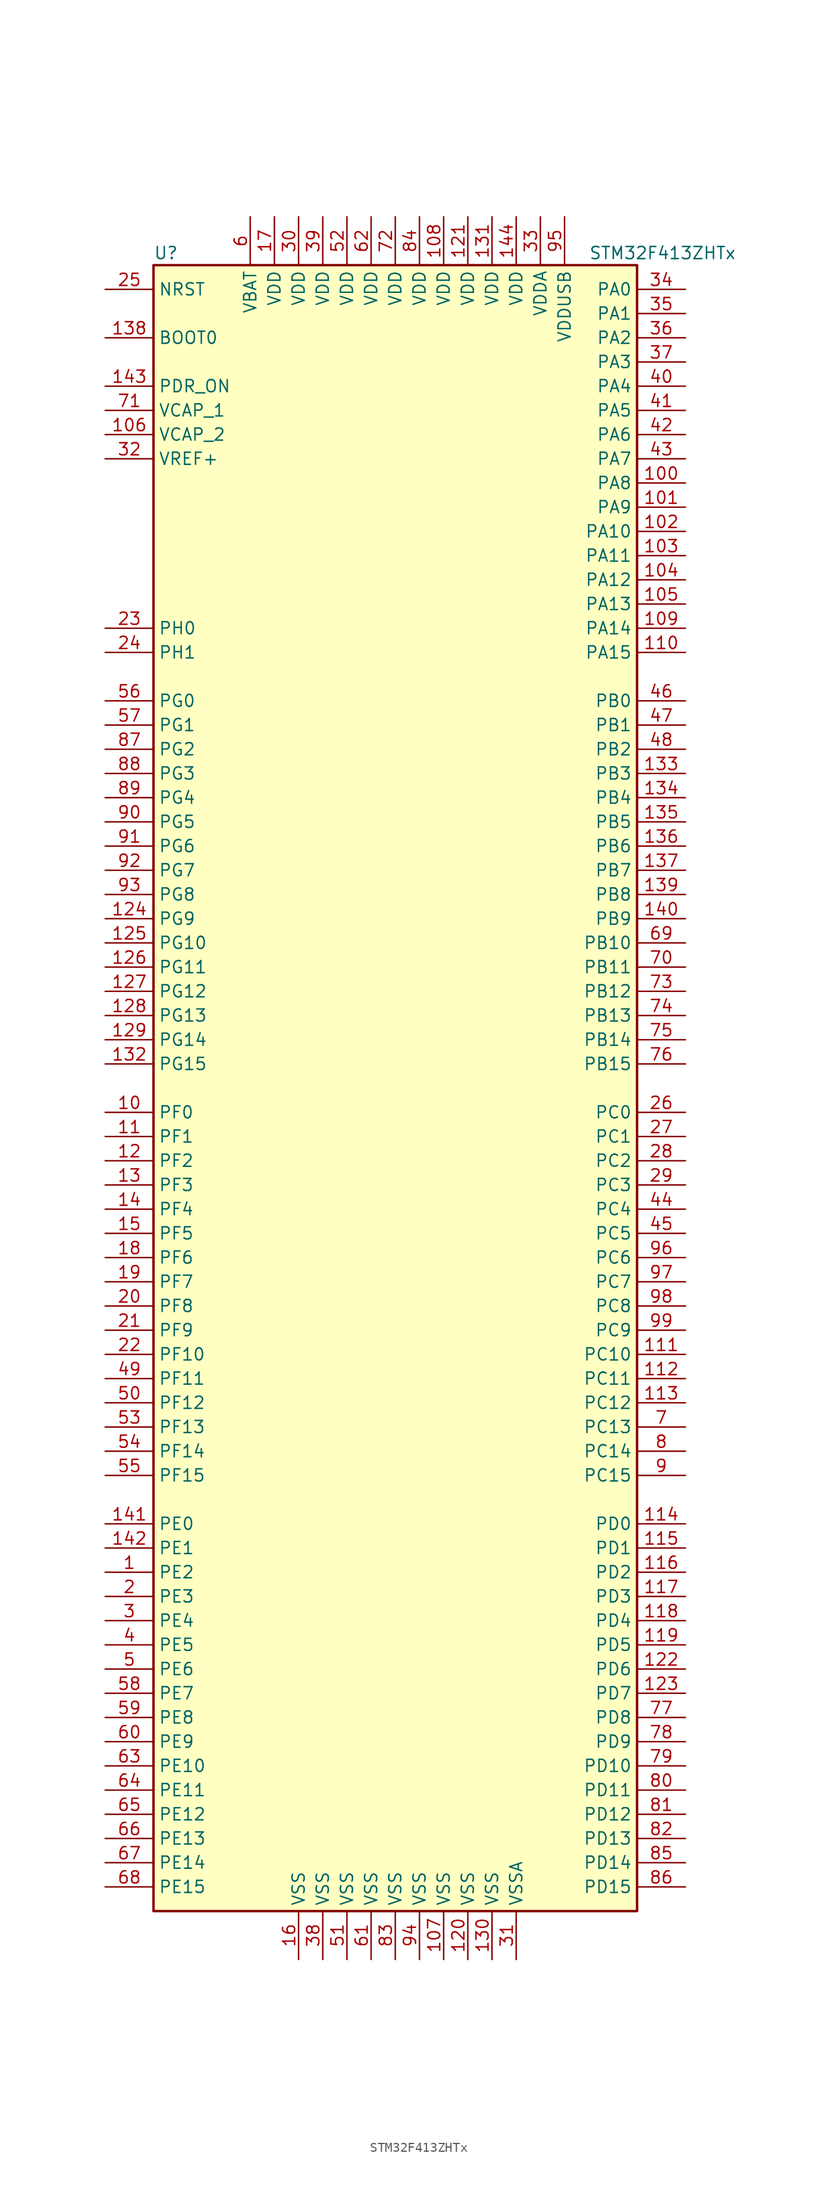
<source format=kicad_sym>
(kicad_symbol_lib
  (version 20211014)
  (generator kicad_symbol_editor)
  (symbol "STM32F413ZHTx"
    (property "Reference" "U"
      (at -25.4 87.63 0)
      (effects (font (size 1.27 1.27)) (justify left)))
    (property "Value" "STM32F413ZHTx"
      (at 20.32 87.63 0)
      (effects (font (size 1.27 1.27)) (justify left)))
    (symbol "STM32F413ZHTx_0_1"
      (rectangle (start -25.4 -86.36) (end 25.4 86.36) (stroke (width 0.254) (type default) (color 0 0 0 0)) (fill (type background))))
    (symbol "STM32F413ZHTx_1_1"
      (pin bidirectional line (at -30.48 -50.8 0) (length 5.08) (name "PE2" (effects (font (size 1.27 1.27)))) (number "1" (effects (font (size 1.27 1.27)))))
      (pin bidirectional line (at -30.48 -2.54 0) (length 5.08) (name "PF0" (effects (font (size 1.27 1.27)))) (number "10" (effects (font (size 1.27 1.27)))))
      (pin bidirectional line (at 30.48 63.5 180) (length 5.08) (name "PA8" (effects (font (size 1.27 1.27)))) (number "100" (effects (font (size 1.27 1.27)))))
      (pin bidirectional line (at 30.48 60.96 180) (length 5.08) (name "PA9" (effects (font (size 1.27 1.27)))) (number "101" (effects (font (size 1.27 1.27)))))
      (pin bidirectional line (at 30.48 58.42 180) (length 5.08) (name "PA10" (effects (font (size 1.27 1.27)))) (number "102" (effects (font (size 1.27 1.27)))))
      (pin bidirectional line (at 30.48 55.88 180) (length 5.08) (name "PA11" (effects (font (size 1.27 1.27)))) (number "103" (effects (font (size 1.27 1.27)))))
      (pin bidirectional line (at 30.48 53.34 180) (length 5.08) (name "PA12" (effects (font (size 1.27 1.27)))) (number "104" (effects (font (size 1.27 1.27)))))
      (pin bidirectional line (at 30.48 50.8 180) (length 5.08) (name "PA13" (effects (font (size 1.27 1.27)))) (number "105" (effects (font (size 1.27 1.27)))))
      (pin power_in line (at -30.48 68.58 0) (length 5.08) (name "VCAP_2" (effects (font (size 1.27 1.27)))) (number "106" (effects (font (size 1.27 1.27)))))
      (pin power_in line (at 5.08 -91.44 90) (length 5.08) (name "VSS" (effects (font (size 1.27 1.27)))) (number "107" (effects (font (size 1.27 1.27)))))
      (pin power_in line (at 5.08 91.44 270) (length 5.08) (name "VDD" (effects (font (size 1.27 1.27)))) (number "108" (effects (font (size 1.27 1.27)))))
      (pin bidirectional line (at 30.48 48.26 180) (length 5.08) (name "PA14" (effects (font (size 1.27 1.27)))) (number "109" (effects (font (size 1.27 1.27)))))
      (pin bidirectional line (at -30.48 -5.08 0) (length 5.08) (name "PF1" (effects (font (size 1.27 1.27)))) (number "11" (effects (font (size 1.27 1.27)))))
      (pin bidirectional line (at 30.48 45.72 180) (length 5.08) (name "PA15" (effects (font (size 1.27 1.27)))) (number "110" (effects (font (size 1.27 1.27)))))
      (pin bidirectional line (at 30.48 -27.94 180) (length 5.08) (name "PC10" (effects (font (size 1.27 1.27)))) (number "111" (effects (font (size 1.27 1.27)))))
      (pin bidirectional line (at 30.48 -30.48 180) (length 5.08) (name "PC11" (effects (font (size 1.27 1.27)))) (number "112" (effects (font (size 1.27 1.27)))))
      (pin bidirectional line (at 30.48 -33.02 180) (length 5.08) (name "PC12" (effects (font (size 1.27 1.27)))) (number "113" (effects (font (size 1.27 1.27)))))
      (pin bidirectional line (at 30.48 -45.72 180) (length 5.08) (name "PD0" (effects (font (size 1.27 1.27)))) (number "114" (effects (font (size 1.27 1.27)))))
      (pin bidirectional line (at 30.48 -48.26 180) (length 5.08) (name "PD1" (effects (font (size 1.27 1.27)))) (number "115" (effects (font (size 1.27 1.27)))))
      (pin bidirectional line (at 30.48 -50.8 180) (length 5.08) (name "PD2" (effects (font (size 1.27 1.27)))) (number "116" (effects (font (size 1.27 1.27)))))
      (pin bidirectional line (at 30.48 -53.34 180) (length 5.08) (name "PD3" (effects (font (size 1.27 1.27)))) (number "117" (effects (font (size 1.27 1.27)))))
      (pin bidirectional line (at 30.48 -55.88 180) (length 5.08) (name "PD4" (effects (font (size 1.27 1.27)))) (number "118" (effects (font (size 1.27 1.27)))))
      (pin bidirectional line (at 30.48 -58.42 180) (length 5.08) (name "PD5" (effects (font (size 1.27 1.27)))) (number "119" (effects (font (size 1.27 1.27)))))
      (pin bidirectional line (at -30.48 -7.62 0) (length 5.08) (name "PF2" (effects (font (size 1.27 1.27)))) (number "12" (effects (font (size 1.27 1.27)))))
      (pin power_in line (at 7.62 -91.44 90) (length 5.08) (name "VSS" (effects (font (size 1.27 1.27)))) (number "120" (effects (font (size 1.27 1.27)))))
      (pin power_in line (at 7.62 91.44 270) (length 5.08) (name "VDD" (effects (font (size 1.27 1.27)))) (number "121" (effects (font (size 1.27 1.27)))))
      (pin bidirectional line (at 30.48 -60.96 180) (length 5.08) (name "PD6" (effects (font (size 1.27 1.27)))) (number "122" (effects (font (size 1.27 1.27)))))
      (pin bidirectional line (at 30.48 -63.5 180) (length 5.08) (name "PD7" (effects (font (size 1.27 1.27)))) (number "123" (effects (font (size 1.27 1.27)))))
      (pin bidirectional line (at -30.48 17.78 0) (length 5.08) (name "PG9" (effects (font (size 1.27 1.27)))) (number "124" (effects (font (size 1.27 1.27)))))
      (pin bidirectional line (at -30.48 15.24 0) (length 5.08) (name "PG10" (effects (font (size 1.27 1.27)))) (number "125" (effects (font (size 1.27 1.27)))))
      (pin bidirectional line (at -30.48 12.7 0) (length 5.08) (name "PG11" (effects (font (size 1.27 1.27)))) (number "126" (effects (font (size 1.27 1.27)))))
      (pin bidirectional line (at -30.48 10.16 0) (length 5.08) (name "PG12" (effects (font (size 1.27 1.27)))) (number "127" (effects (font (size 1.27 1.27)))))
      (pin bidirectional line (at -30.48 7.62 0) (length 5.08) (name "PG13" (effects (font (size 1.27 1.27)))) (number "128" (effects (font (size 1.27 1.27)))))
      (pin bidirectional line (at -30.48 5.08 0) (length 5.08) (name "PG14" (effects (font (size 1.27 1.27)))) (number "129" (effects (font (size 1.27 1.27)))))
      (pin bidirectional line (at -30.48 -10.16 0) (length 5.08) (name "PF3" (effects (font (size 1.27 1.27)))) (number "13" (effects (font (size 1.27 1.27)))))
      (pin power_in line (at 10.16 -91.44 90) (length 5.08) (name "VSS" (effects (font (size 1.27 1.27)))) (number "130" (effects (font (size 1.27 1.27)))))
      (pin power_in line (at 10.16 91.44 270) (length 5.08) (name "VDD" (effects (font (size 1.27 1.27)))) (number "131" (effects (font (size 1.27 1.27)))))
      (pin bidirectional line (at -30.48 2.54 0) (length 5.08) (name "PG15" (effects (font (size 1.27 1.27)))) (number "132" (effects (font (size 1.27 1.27)))))
      (pin bidirectional line (at 30.48 33.02 180) (length 5.08) (name "PB3" (effects (font (size 1.27 1.27)))) (number "133" (effects (font (size 1.27 1.27)))))
      (pin bidirectional line (at 30.48 30.48 180) (length 5.08) (name "PB4" (effects (font (size 1.27 1.27)))) (number "134" (effects (font (size 1.27 1.27)))))
      (pin bidirectional line (at 30.48 27.94 180) (length 5.08) (name "PB5" (effects (font (size 1.27 1.27)))) (number "135" (effects (font (size 1.27 1.27)))))
      (pin bidirectional line (at 30.48 25.4 180) (length 5.08) (name "PB6" (effects (font (size 1.27 1.27)))) (number "136" (effects (font (size 1.27 1.27)))))
      (pin bidirectional line (at 30.48 22.86 180) (length 5.08) (name "PB7" (effects (font (size 1.27 1.27)))) (number "137" (effects (font (size 1.27 1.27)))))
      (pin input line (at -30.48 78.74 0) (length 5.08) (name "BOOT0" (effects (font (size 1.27 1.27)))) (number "138" (effects (font (size 1.27 1.27)))))
      (pin bidirectional line (at 30.48 20.32 180) (length 5.08) (name "PB8" (effects (font (size 1.27 1.27)))) (number "139" (effects (font (size 1.27 1.27)))))
      (pin bidirectional line (at -30.48 -12.7 0) (length 5.08) (name "PF4" (effects (font (size 1.27 1.27)))) (number "14" (effects (font (size 1.27 1.27)))))
      (pin bidirectional line (at 30.48 17.78 180) (length 5.08) (name "PB9" (effects (font (size 1.27 1.27)))) (number "140" (effects (font (size 1.27 1.27)))))
      (pin bidirectional line (at -30.48 -45.72 0) (length 5.08) (name "PE0" (effects (font (size 1.27 1.27)))) (number "141" (effects (font (size 1.27 1.27)))))
      (pin bidirectional line (at -30.48 -48.26 0) (length 5.08) (name "PE1" (effects (font (size 1.27 1.27)))) (number "142" (effects (font (size 1.27 1.27)))))
      (pin power_in line (at -30.48 73.66 0) (length 5.08) (name "PDR_ON" (effects (font (size 1.27 1.27)))) (number "143" (effects (font (size 1.27 1.27)))))
      (pin power_in line (at 12.7 91.44 270) (length 5.08) (name "VDD" (effects (font (size 1.27 1.27)))) (number "144" (effects (font (size 1.27 1.27)))))
      (pin bidirectional line (at -30.48 -15.24 0) (length 5.08) (name "PF5" (effects (font (size 1.27 1.27)))) (number "15" (effects (font (size 1.27 1.27)))))
      (pin power_in line (at -10.16 -91.44 90) (length 5.08) (name "VSS" (effects (font (size 1.27 1.27)))) (number "16" (effects (font (size 1.27 1.27)))))
      (pin power_in line (at -12.7 91.44 270) (length 5.08) (name "VDD" (effects (font (size 1.27 1.27)))) (number "17" (effects (font (size 1.27 1.27)))))
      (pin bidirectional line (at -30.48 -17.78 0) (length 5.08) (name "PF6" (effects (font (size 1.27 1.27)))) (number "18" (effects (font (size 1.27 1.27)))))
      (pin bidirectional line (at -30.48 -20.32 0) (length 5.08) (name "PF7" (effects (font (size 1.27 1.27)))) (number "19" (effects (font (size 1.27 1.27)))))
      (pin bidirectional line (at -30.48 -53.34 0) (length 5.08) (name "PE3" (effects (font (size 1.27 1.27)))) (number "2" (effects (font (size 1.27 1.27)))))
      (pin bidirectional line (at -30.48 -22.86 0) (length 5.08) (name "PF8" (effects (font (size 1.27 1.27)))) (number "20" (effects (font (size 1.27 1.27)))))
      (pin bidirectional line (at -30.48 -25.4 0) (length 5.08) (name "PF9" (effects (font (size 1.27 1.27)))) (number "21" (effects (font (size 1.27 1.27)))))
      (pin bidirectional line (at -30.48 -27.94 0) (length 5.08) (name "PF10" (effects (font (size 1.27 1.27)))) (number "22" (effects (font (size 1.27 1.27)))))
      (pin input line (at -30.48 48.26 0) (length 5.08) (name "PH0" (effects (font (size 1.27 1.27)))) (number "23" (effects (font (size 1.27 1.27)))))
      (pin input line (at -30.48 45.72 0) (length 5.08) (name "PH1" (effects (font (size 1.27 1.27)))) (number "24" (effects (font (size 1.27 1.27)))))
      (pin input line (at -30.48 83.82 0) (length 5.08) (name "NRST" (effects (font (size 1.27 1.27)))) (number "25" (effects (font (size 1.27 1.27)))))
      (pin bidirectional line (at 30.48 -2.54 180) (length 5.08) (name "PC0" (effects (font (size 1.27 1.27)))) (number "26" (effects (font (size 1.27 1.27)))))
      (pin bidirectional line (at 30.48 -5.08 180) (length 5.08) (name "PC1" (effects (font (size 1.27 1.27)))) (number "27" (effects (font (size 1.27 1.27)))))
      (pin bidirectional line (at 30.48 -7.62 180) (length 5.08) (name "PC2" (effects (font (size 1.27 1.27)))) (number "28" (effects (font (size 1.27 1.27)))))
      (pin bidirectional line (at 30.48 -10.16 180) (length 5.08) (name "PC3" (effects (font (size 1.27 1.27)))) (number "29" (effects (font (size 1.27 1.27)))))
      (pin bidirectional line (at -30.48 -55.88 0) (length 5.08) (name "PE4" (effects (font (size 1.27 1.27)))) (number "3" (effects (font (size 1.27 1.27)))))
      (pin power_in line (at -10.16 91.44 270) (length 5.08) (name "VDD" (effects (font (size 1.27 1.27)))) (number "30" (effects (font (size 1.27 1.27)))))
      (pin power_in line (at 12.7 -91.44 90) (length 5.08) (name "VSSA" (effects (font (size 1.27 1.27)))) (number "31" (effects (font (size 1.27 1.27)))))
      (pin power_in line (at -30.48 66.04 0) (length 5.08) (name "VREF+" (effects (font (size 1.27 1.27)))) (number "32" (effects (font (size 1.27 1.27)))))
      (pin power_in line (at 15.24 91.44 270) (length 5.08) (name "VDDA" (effects (font (size 1.27 1.27)))) (number "33" (effects (font (size 1.27 1.27)))))
      (pin bidirectional line (at 30.48 83.82 180) (length 5.08) (name "PA0" (effects (font (size 1.27 1.27)))) (number "34" (effects (font (size 1.27 1.27)))))
      (pin bidirectional line (at 30.48 81.28 180) (length 5.08) (name "PA1" (effects (font (size 1.27 1.27)))) (number "35" (effects (font (size 1.27 1.27)))))
      (pin bidirectional line (at 30.48 78.74 180) (length 5.08) (name "PA2" (effects (font (size 1.27 1.27)))) (number "36" (effects (font (size 1.27 1.27)))))
      (pin bidirectional line (at 30.48 76.2 180) (length 5.08) (name "PA3" (effects (font (size 1.27 1.27)))) (number "37" (effects (font (size 1.27 1.27)))))
      (pin power_in line (at -7.62 -91.44 90) (length 5.08) (name "VSS" (effects (font (size 1.27 1.27)))) (number "38" (effects (font (size 1.27 1.27)))))
      (pin power_in line (at -7.62 91.44 270) (length 5.08) (name "VDD" (effects (font (size 1.27 1.27)))) (number "39" (effects (font (size 1.27 1.27)))))
      (pin bidirectional line (at -30.48 -58.42 0) (length 5.08) (name "PE5" (effects (font (size 1.27 1.27)))) (number "4" (effects (font (size 1.27 1.27)))))
      (pin bidirectional line (at 30.48 73.66 180) (length 5.08) (name "PA4" (effects (font (size 1.27 1.27)))) (number "40" (effects (font (size 1.27 1.27)))))
      (pin bidirectional line (at 30.48 71.12 180) (length 5.08) (name "PA5" (effects (font (size 1.27 1.27)))) (number "41" (effects (font (size 1.27 1.27)))))
      (pin bidirectional line (at 30.48 68.58 180) (length 5.08) (name "PA6" (effects (font (size 1.27 1.27)))) (number "42" (effects (font (size 1.27 1.27)))))
      (pin bidirectional line (at 30.48 66.04 180) (length 5.08) (name "PA7" (effects (font (size 1.27 1.27)))) (number "43" (effects (font (size 1.27 1.27)))))
      (pin bidirectional line (at 30.48 -12.7 180) (length 5.08) (name "PC4" (effects (font (size 1.27 1.27)))) (number "44" (effects (font (size 1.27 1.27)))))
      (pin bidirectional line (at 30.48 -15.24 180) (length 5.08) (name "PC5" (effects (font (size 1.27 1.27)))) (number "45" (effects (font (size 1.27 1.27)))))
      (pin bidirectional line (at 30.48 40.64 180) (length 5.08) (name "PB0" (effects (font (size 1.27 1.27)))) (number "46" (effects (font (size 1.27 1.27)))))
      (pin bidirectional line (at 30.48 38.1 180) (length 5.08) (name "PB1" (effects (font (size 1.27 1.27)))) (number "47" (effects (font (size 1.27 1.27)))))
      (pin bidirectional line (at 30.48 35.56 180) (length 5.08) (name "PB2" (effects (font (size 1.27 1.27)))) (number "48" (effects (font (size 1.27 1.27)))))
      (pin bidirectional line (at -30.48 -30.48 0) (length 5.08) (name "PF11" (effects (font (size 1.27 1.27)))) (number "49" (effects (font (size 1.27 1.27)))))
      (pin bidirectional line (at -30.48 -60.96 0) (length 5.08) (name "PE6" (effects (font (size 1.27 1.27)))) (number "5" (effects (font (size 1.27 1.27)))))
      (pin bidirectional line (at -30.48 -33.02 0) (length 5.08) (name "PF12" (effects (font (size 1.27 1.27)))) (number "50" (effects (font (size 1.27 1.27)))))
      (pin power_in line (at -5.08 -91.44 90) (length 5.08) (name "VSS" (effects (font (size 1.27 1.27)))) (number "51" (effects (font (size 1.27 1.27)))))
      (pin power_in line (at -5.08 91.44 270) (length 5.08) (name "VDD" (effects (font (size 1.27 1.27)))) (number "52" (effects (font (size 1.27 1.27)))))
      (pin bidirectional line (at -30.48 -35.56 0) (length 5.08) (name "PF13" (effects (font (size 1.27 1.27)))) (number "53" (effects (font (size 1.27 1.27)))))
      (pin bidirectional line (at -30.48 -38.1 0) (length 5.08) (name "PF14" (effects (font (size 1.27 1.27)))) (number "54" (effects (font (size 1.27 1.27)))))
      (pin bidirectional line (at -30.48 -40.64 0) (length 5.08) (name "PF15" (effects (font (size 1.27 1.27)))) (number "55" (effects (font (size 1.27 1.27)))))
      (pin bidirectional line (at -30.48 40.64 0) (length 5.08) (name "PG0" (effects (font (size 1.27 1.27)))) (number "56" (effects (font (size 1.27 1.27)))))
      (pin bidirectional line (at -30.48 38.1 0) (length 5.08) (name "PG1" (effects (font (size 1.27 1.27)))) (number "57" (effects (font (size 1.27 1.27)))))
      (pin bidirectional line (at -30.48 -63.5 0) (length 5.08) (name "PE7" (effects (font (size 1.27 1.27)))) (number "58" (effects (font (size 1.27 1.27)))))
      (pin bidirectional line (at -30.48 -66.04 0) (length 5.08) (name "PE8" (effects (font (size 1.27 1.27)))) (number "59" (effects (font (size 1.27 1.27)))))
      (pin power_in line (at -15.24 91.44 270) (length 5.08) (name "VBAT" (effects (font (size 1.27 1.27)))) (number "6" (effects (font (size 1.27 1.27)))))
      (pin bidirectional line (at -30.48 -68.58 0) (length 5.08) (name "PE9" (effects (font (size 1.27 1.27)))) (number "60" (effects (font (size 1.27 1.27)))))
      (pin power_in line (at -2.54 -91.44 90) (length 5.08) (name "VSS" (effects (font (size 1.27 1.27)))) (number "61" (effects (font (size 1.27 1.27)))))
      (pin power_in line (at -2.54 91.44 270) (length 5.08) (name "VDD" (effects (font (size 1.27 1.27)))) (number "62" (effects (font (size 1.27 1.27)))))
      (pin bidirectional line (at -30.48 -71.12 0) (length 5.08) (name "PE10" (effects (font (size 1.27 1.27)))) (number "63" (effects (font (size 1.27 1.27)))))
      (pin bidirectional line (at -30.48 -73.66 0) (length 5.08) (name "PE11" (effects (font (size 1.27 1.27)))) (number "64" (effects (font (size 1.27 1.27)))))
      (pin bidirectional line (at -30.48 -76.2 0) (length 5.08) (name "PE12" (effects (font (size 1.27 1.27)))) (number "65" (effects (font (size 1.27 1.27)))))
      (pin bidirectional line (at -30.48 -78.74 0) (length 5.08) (name "PE13" (effects (font (size 1.27 1.27)))) (number "66" (effects (font (size 1.27 1.27)))))
      (pin bidirectional line (at -30.48 -81.28 0) (length 5.08) (name "PE14" (effects (font (size 1.27 1.27)))) (number "67" (effects (font (size 1.27 1.27)))))
      (pin bidirectional line (at -30.48 -83.82 0) (length 5.08) (name "PE15" (effects (font (size 1.27 1.27)))) (number "68" (effects (font (size 1.27 1.27)))))
      (pin bidirectional line (at 30.48 15.24 180) (length 5.08) (name "PB10" (effects (font (size 1.27 1.27)))) (number "69" (effects (font (size 1.27 1.27)))))
      (pin bidirectional line (at 30.48 -35.56 180) (length 5.08) (name "PC13" (effects (font (size 1.27 1.27)))) (number "7" (effects (font (size 1.27 1.27)))))
      (pin bidirectional line (at 30.48 12.7 180) (length 5.08) (name "PB11" (effects (font (size 1.27 1.27)))) (number "70" (effects (font (size 1.27 1.27)))))
      (pin power_in line (at -30.48 71.12 0) (length 5.08) (name "VCAP_1" (effects (font (size 1.27 1.27)))) (number "71" (effects (font (size 1.27 1.27)))))
      (pin power_in line (at 0 91.44 270) (length 5.08) (name "VDD" (effects (font (size 1.27 1.27)))) (number "72" (effects (font (size 1.27 1.27)))))
      (pin bidirectional line (at 30.48 10.16 180) (length 5.08) (name "PB12" (effects (font (size 1.27 1.27)))) (number "73" (effects (font (size 1.27 1.27)))))
      (pin bidirectional line (at 30.48 7.62 180) (length 5.08) (name "PB13" (effects (font (size 1.27 1.27)))) (number "74" (effects (font (size 1.27 1.27)))))
      (pin bidirectional line (at 30.48 5.08 180) (length 5.08) (name "PB14" (effects (font (size 1.27 1.27)))) (number "75" (effects (font (size 1.27 1.27)))))
      (pin bidirectional line (at 30.48 2.54 180) (length 5.08) (name "PB15" (effects (font (size 1.27 1.27)))) (number "76" (effects (font (size 1.27 1.27)))))
      (pin bidirectional line (at 30.48 -66.04 180) (length 5.08) (name "PD8" (effects (font (size 1.27 1.27)))) (number "77" (effects (font (size 1.27 1.27)))))
      (pin bidirectional line (at 30.48 -68.58 180) (length 5.08) (name "PD9" (effects (font (size 1.27 1.27)))) (number "78" (effects (font (size 1.27 1.27)))))
      (pin bidirectional line (at 30.48 -71.12 180) (length 5.08) (name "PD10" (effects (font (size 1.27 1.27)))) (number "79" (effects (font (size 1.27 1.27)))))
      (pin bidirectional line (at 30.48 -38.1 180) (length 5.08) (name "PC14" (effects (font (size 1.27 1.27)))) (number "8" (effects (font (size 1.27 1.27)))))
      (pin bidirectional line (at 30.48 -73.66 180) (length 5.08) (name "PD11" (effects (font (size 1.27 1.27)))) (number "80" (effects (font (size 1.27 1.27)))))
      (pin bidirectional line (at 30.48 -76.2 180) (length 5.08) (name "PD12" (effects (font (size 1.27 1.27)))) (number "81" (effects (font (size 1.27 1.27)))))
      (pin bidirectional line (at 30.48 -78.74 180) (length 5.08) (name "PD13" (effects (font (size 1.27 1.27)))) (number "82" (effects (font (size 1.27 1.27)))))
      (pin power_in line (at 0 -91.44 90) (length 5.08) (name "VSS" (effects (font (size 1.27 1.27)))) (number "83" (effects (font (size 1.27 1.27)))))
      (pin power_in line (at 2.54 91.44 270) (length 5.08) (name "VDD" (effects (font (size 1.27 1.27)))) (number "84" (effects (font (size 1.27 1.27)))))
      (pin bidirectional line (at 30.48 -81.28 180) (length 5.08) (name "PD14" (effects (font (size 1.27 1.27)))) (number "85" (effects (font (size 1.27 1.27)))))
      (pin bidirectional line (at 30.48 -83.82 180) (length 5.08) (name "PD15" (effects (font (size 1.27 1.27)))) (number "86" (effects (font (size 1.27 1.27)))))
      (pin bidirectional line (at -30.48 35.56 0) (length 5.08) (name "PG2" (effects (font (size 1.27 1.27)))) (number "87" (effects (font (size 1.27 1.27)))))
      (pin bidirectional line (at -30.48 33.02 0) (length 5.08) (name "PG3" (effects (font (size 1.27 1.27)))) (number "88" (effects (font (size 1.27 1.27)))))
      (pin bidirectional line (at -30.48 30.48 0) (length 5.08) (name "PG4" (effects (font (size 1.27 1.27)))) (number "89" (effects (font (size 1.27 1.27)))))
      (pin bidirectional line (at 30.48 -40.64 180) (length 5.08) (name "PC15" (effects (font (size 1.27 1.27)))) (number "9" (effects (font (size 1.27 1.27)))))
      (pin bidirectional line (at -30.48 27.94 0) (length 5.08) (name "PG5" (effects (font (size 1.27 1.27)))) (number "90" (effects (font (size 1.27 1.27)))))
      (pin bidirectional line (at -30.48 25.4 0) (length 5.08) (name "PG6" (effects (font (size 1.27 1.27)))) (number "91" (effects (font (size 1.27 1.27)))))
      (pin bidirectional line (at -30.48 22.86 0) (length 5.08) (name "PG7" (effects (font (size 1.27 1.27)))) (number "92" (effects (font (size 1.27 1.27)))))
      (pin bidirectional line (at -30.48 20.32 0) (length 5.08) (name "PG8" (effects (font (size 1.27 1.27)))) (number "93" (effects (font (size 1.27 1.27)))))
      (pin power_in line (at 2.54 -91.44 90) (length 5.08) (name "VSS" (effects (font (size 1.27 1.27)))) (number "94" (effects (font (size 1.27 1.27)))))
      (pin power_in line (at 17.78 91.44 270) (length 5.08) (name "VDDUSB" (effects (font (size 1.27 1.27)))) (number "95" (effects (font (size 1.27 1.27)))))
      (pin bidirectional line (at 30.48 -17.78 180) (length 5.08) (name "PC6" (effects (font (size 1.27 1.27)))) (number "96" (effects (font (size 1.27 1.27)))))
      (pin bidirectional line (at 30.48 -20.32 180) (length 5.08) (name "PC7" (effects (font (size 1.27 1.27)))) (number "97" (effects (font (size 1.27 1.27)))))
      (pin bidirectional line (at 30.48 -22.86 180) (length 5.08) (name "PC8" (effects (font (size 1.27 1.27)))) (number "98" (effects (font (size 1.27 1.27)))))
      (pin bidirectional line (at 30.48 -25.4 180) (length 5.08) (name "PC9" (effects (font (size 1.27 1.27)))) (number "99" (effects (font (size 1.27 1.27))))))))
</source>
